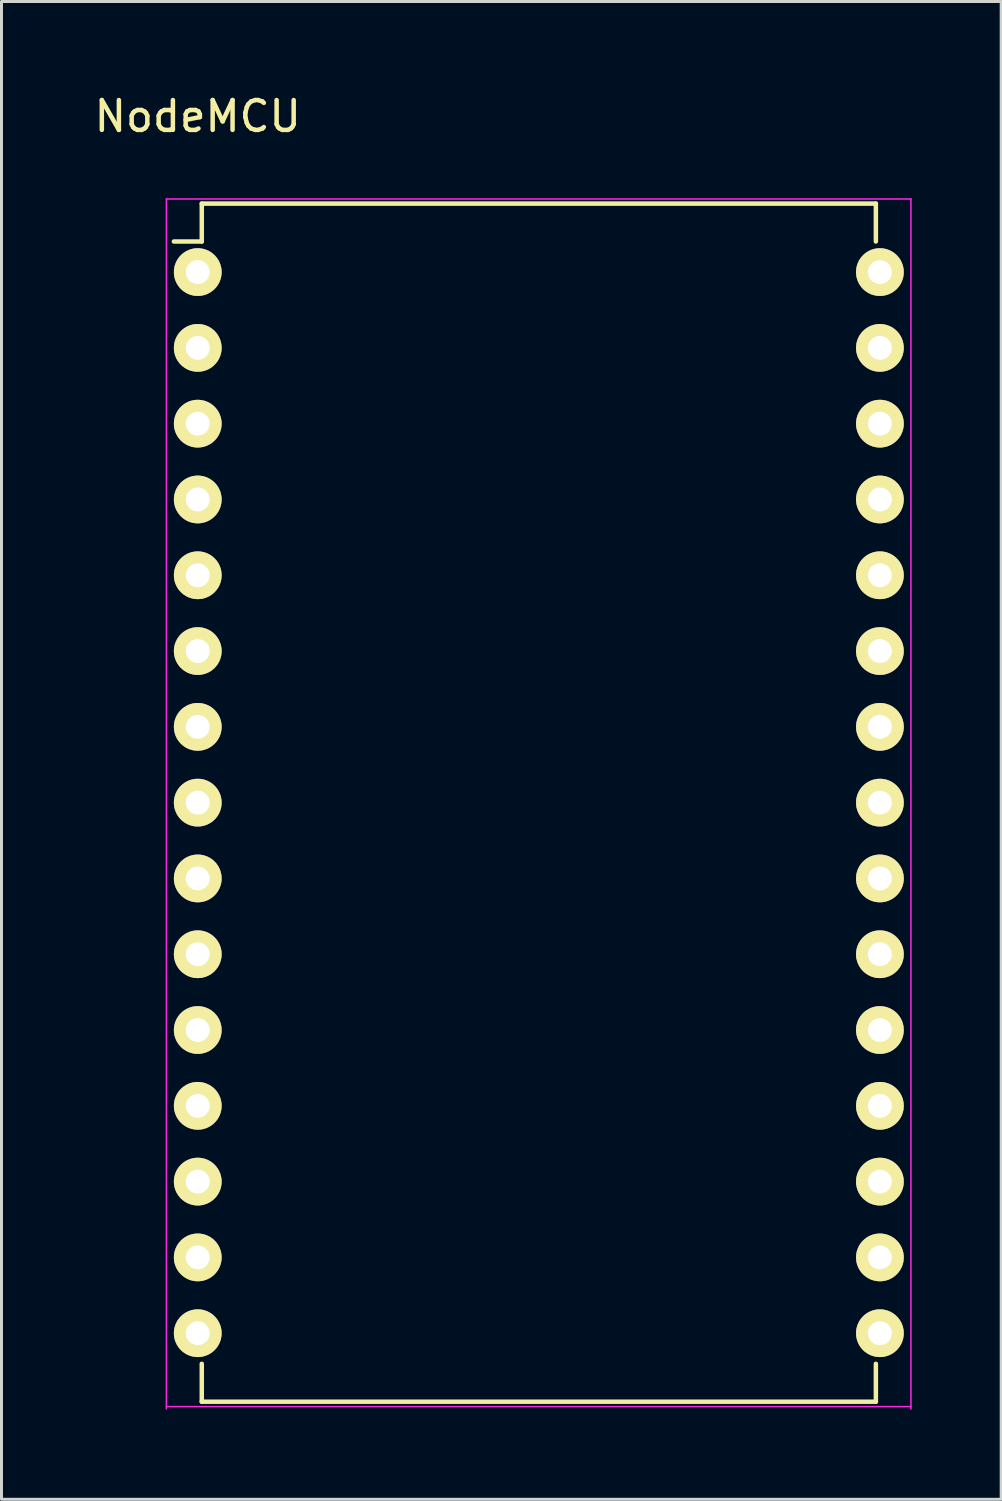
<source format=kicad_pcb>
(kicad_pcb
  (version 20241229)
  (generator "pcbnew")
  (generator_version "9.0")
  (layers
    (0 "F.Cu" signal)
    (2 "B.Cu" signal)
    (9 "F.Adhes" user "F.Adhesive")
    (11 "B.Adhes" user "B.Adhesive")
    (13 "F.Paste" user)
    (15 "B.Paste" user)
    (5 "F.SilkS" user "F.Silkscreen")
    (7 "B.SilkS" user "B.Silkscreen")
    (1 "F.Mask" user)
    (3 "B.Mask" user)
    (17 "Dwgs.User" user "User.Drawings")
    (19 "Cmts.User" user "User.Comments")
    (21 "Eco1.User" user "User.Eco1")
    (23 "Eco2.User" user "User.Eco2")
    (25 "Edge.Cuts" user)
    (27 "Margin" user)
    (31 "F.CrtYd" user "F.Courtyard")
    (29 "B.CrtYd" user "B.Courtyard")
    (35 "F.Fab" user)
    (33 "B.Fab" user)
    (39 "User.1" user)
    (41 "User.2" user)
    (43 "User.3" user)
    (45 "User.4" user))
  (footprint "NodeMCU"
    (layer "F.Cu")
    (at 3.577 6.068)
    (property "Reference" "NodeMCU" (at 0 -5.22 0) (layer "F.SilkS") (effects (font (size 1 1) (thickness 0.15))))
    (attr through_hole)
    (fp_line (start 0.135 -2.295) (end 0.135 -1.025) (stroke (width 0.15) (type solid)) (layer "F.SilkS"))
    (fp_line (start 0.135 -2.295) (end 22.725 -2.295) (stroke (width 0.15) (type solid)) (layer "F.SilkS"))
    (fp_line (start 0.135 -1.025) (end -0.8 -1.025) (stroke (width 0.15) (type solid)) (layer "F.SilkS"))
    (fp_line (start 0.135 37.855) (end 0.135 36.585) (stroke (width 0.15) (type solid)) (layer "F.SilkS"))
    (fp_line (start 0.135 37.855) (end 22.725 37.855) (stroke (width 0.15) (type solid)) (layer "F.SilkS"))
    (fp_line (start 22.725 -2.295) (end 22.725 -1.025) (stroke (width 0.15) (type solid)) (layer "F.SilkS"))
    (fp_line (start 22.725 37.855) (end 22.725 36.585) (stroke (width 0.15) (type solid)) (layer "F.SilkS"))
    (fp_line (start -1.05 -2.45) (end -1.05 38.101) (stroke (width 0.05) (type solid)) (layer "F.CrtYd"))
    (fp_line (start -1.05 -2.45) (end 23.9 -2.45) (stroke (width 0.05) (type solid)) (layer "F.CrtYd"))
    (fp_line (start -1.05 38.02) (end 23.9 38.02) (stroke (width 0.05) (type solid)) (layer "F.CrtYd"))
    (fp_line (start 23.9 -2.45) (end 23.9 38.101) (stroke (width 0.05) (type solid)) (layer "F.CrtYd"))
    (pad "1" thru_hole oval (at 0 0) (size 1.6 1.6) (drill 0.8) (layers "*.Cu" "*.Mask" "F.SilkS"))
    (pad "2" thru_hole oval (at 0 2.54) (size 1.6 1.6) (drill 0.8) (layers "*.Cu" "*.Mask" "F.SilkS"))
    (pad "3" thru_hole oval (at 0 5.08) (size 1.6 1.6) (drill 0.8) (layers "*.Cu" "*.Mask" "F.SilkS"))
    (pad "4" thru_hole oval (at 0 7.62) (size 1.6 1.6) (drill 0.8) (layers "*.Cu" "*.Mask" "F.SilkS"))
    (pad "5" thru_hole oval (at 0 10.16) (size 1.6 1.6) (drill 0.8) (layers "*.Cu" "*.Mask" "F.SilkS"))
    (pad "6" thru_hole oval (at 0 12.7) (size 1.6 1.6) (drill 0.8) (layers "*.Cu" "*.Mask" "F.SilkS"))
    (pad "7" thru_hole oval (at 0 15.24) (size 1.6 1.6) (drill 0.8) (layers "*.Cu" "*.Mask" "F.SilkS"))
    (pad "8" thru_hole oval (at 0 17.78) (size 1.6 1.6) (drill 0.8) (layers "*.Cu" "*.Mask" "F.SilkS"))
    (pad "9" thru_hole oval (at 0 20.32) (size 1.6 1.6) (drill 0.8) (layers "*.Cu" "*.Mask" "F.SilkS"))
    (pad "10" thru_hole oval (at 0 22.86) (size 1.6 1.6) (drill 0.8) (layers "*.Cu" "*.Mask" "F.SilkS"))
    (pad "11" thru_hole oval (at 0 25.4) (size 1.6 1.6) (drill 0.8) (layers "*.Cu" "*.Mask" "F.SilkS"))
    (pad "12" thru_hole oval (at 0 27.94) (size 1.6 1.6) (drill 0.8) (layers "*.Cu" "*.Mask" "F.SilkS"))
    (pad "13" thru_hole oval (at 0 30.48) (size 1.6 1.6) (drill 0.8) (layers "*.Cu" "*.Mask" "F.SilkS"))
    (pad "14" thru_hole oval (at 0 33.02) (size 1.6 1.6) (drill 0.8) (layers "*.Cu" "*.Mask" "F.SilkS"))
    (pad "15" thru_hole oval (at 0 35.56) (size 1.6 1.6) (drill 0.8) (layers "*.Cu" "*.Mask" "F.SilkS"))
    (pad "16" thru_hole oval (at 22.86 35.56) (size 1.6 1.6) (drill 0.8) (layers "*.Cu" "*.Mask" "F.SilkS"))
    (pad "17" thru_hole oval (at 22.86 33.02) (size 1.6 1.6) (drill 0.8) (layers "*.Cu" "*.Mask" "F.SilkS"))
    (pad "18" thru_hole oval (at 22.86 30.48) (size 1.6 1.6) (drill 0.8) (layers "*.Cu" "*.Mask" "F.SilkS"))
    (pad "19" thru_hole oval (at 22.86 27.94) (size 1.6 1.6) (drill 0.8) (layers "*.Cu" "*.Mask" "F.SilkS"))
    (pad "20" thru_hole oval (at 22.86 25.4) (size 1.6 1.6) (drill 0.8) (layers "*.Cu" "*.Mask" "F.SilkS"))
    (pad "21" thru_hole oval (at 22.86 22.86) (size 1.6 1.6) (drill 0.8) (layers "*.Cu" "*.Mask" "F.SilkS"))
    (pad "22" thru_hole oval (at 22.86 20.32) (size 1.6 1.6) (drill 0.8) (layers "*.Cu" "*.Mask" "F.SilkS"))
    (pad "23" thru_hole oval (at 22.86 17.78) (size 1.6 1.6) (drill 0.8) (layers "*.Cu" "*.Mask" "F.SilkS"))
    (pad "24" thru_hole oval (at 22.86 15.24) (size 1.6 1.6) (drill 0.8) (layers "*.Cu" "*.Mask" "F.SilkS"))
    (pad "25" thru_hole oval (at 22.86 12.7) (size 1.6 1.6) (drill 0.8) (layers "*.Cu" "*.Mask" "F.SilkS"))
    (pad "26" thru_hole oval (at 22.86 10.16) (size 1.6 1.6) (drill 0.8) (layers "*.Cu" "*.Mask" "F.SilkS"))
    (pad "27" thru_hole oval (at 22.86 7.62) (size 1.6 1.6) (drill 0.8) (layers "*.Cu" "*.Mask" "F.SilkS"))
    (pad "28" thru_hole oval (at 22.86 5.08) (size 1.6 1.6) (drill 0.8) (layers "*.Cu" "*.Mask" "F.SilkS"))
    (pad "29" thru_hole oval (at 22.86 2.54) (size 1.6 1.6) (drill 0.8) (layers "*.Cu" "*.Mask" "F.SilkS"))
    (pad "30" thru_hole oval (at 22.86 0) (size 1.6 1.6) (drill 0.8) (layers "*.Cu" "*.Mask" "F.SilkS")))
  (gr_rect
    (start -3 -3)
    (end 30.502 47.194)
    (stroke (width 0.1) (type default))
    (fill no)
    (layer "Edge.Cuts")))
</source>
